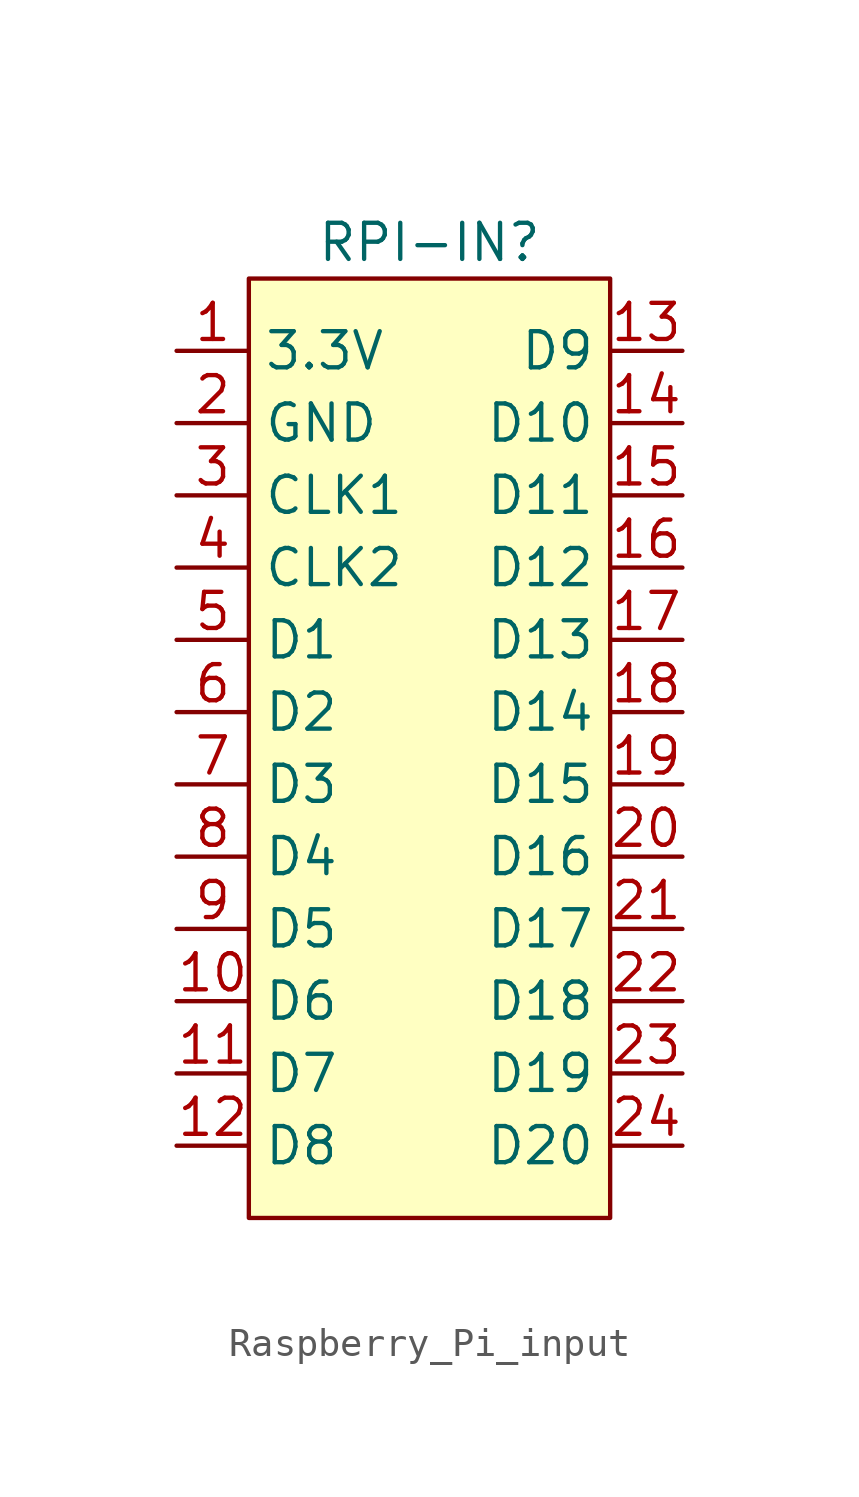
<source format=kicad_sym>
(kicad_symbol_lib
  (version 20231120)
  (generator "kicad_symbol_editor")
  (generator_version "8.0")
  (symbol "Raspberry_Pi_input"
    (property "Reference" "RPI-IN"
      (at 0 17.78 0)
      (effects (font (size 1.27 1.27))))
    (property "Value" ""
      (at -6.35 17.78 0)
      (effects (font (size 1.27 1.27))))
    (symbol "Raspberry_Pi_input_1_1"
      (rectangle (start -6.35 16.51) (end 6.35 -16.51) (stroke (width 0) (type default)) (fill (type background)))
      (pin input line (at -8.89 13.97 0) (length 2.54) (name "3.3V" (effects (font (size 1.27 1.27)))) (number "1" (effects (font (size 1.27 1.27)))))
      (pin input line (at -8.89 -8.89 0) (length 2.54) (name "D6" (effects (font (size 1.27 1.27)))) (number "10" (effects (font (size 1.27 1.27)))))
      (pin input line (at -8.89 -11.43 0) (length 2.54) (name "D7" (effects (font (size 1.27 1.27)))) (number "11" (effects (font (size 1.27 1.27)))))
      (pin input line (at -8.89 -13.97 0) (length 2.54) (name "D8" (effects (font (size 1.27 1.27)))) (number "12" (effects (font (size 1.27 1.27)))))
      (pin input line (at 8.89 13.97 180) (length 2.54) (name "D9" (effects (font (size 1.27 1.27)))) (number "13" (effects (font (size 1.27 1.27)))))
      (pin input line (at 8.89 11.43 180) (length 2.54) (name "D10" (effects (font (size 1.27 1.27)))) (number "14" (effects (font (size 1.27 1.27)))))
      (pin input line (at 8.89 8.89 180) (length 2.54) (name "D11" (effects (font (size 1.27 1.27)))) (number "15" (effects (font (size 1.27 1.27)))))
      (pin input line (at 8.89 6.35 180) (length 2.54) (name "D12" (effects (font (size 1.27 1.27)))) (number "16" (effects (font (size 1.27 1.27)))))
      (pin input line (at 8.89 3.81 180) (length 2.54) (name "D13" (effects (font (size 1.27 1.27)))) (number "17" (effects (font (size 1.27 1.27)))))
      (pin input line (at 8.89 1.27 180) (length 2.54) (name "D14" (effects (font (size 1.27 1.27)))) (number "18" (effects (font (size 1.27 1.27)))))
      (pin input line (at 8.89 -1.27 180) (length 2.54) (name "D15" (effects (font (size 1.27 1.27)))) (number "19" (effects (font (size 1.27 1.27)))))
      (pin input line (at -8.89 11.43 0) (length 2.54) (name "GND" (effects (font (size 1.27 1.27)))) (number "2" (effects (font (size 1.27 1.27)))))
      (pin input line (at 8.89 -3.81 180) (length 2.54) (name "D16" (effects (font (size 1.27 1.27)))) (number "20" (effects (font (size 1.27 1.27)))))
      (pin input line (at 8.89 -6.35 180) (length 2.54) (name "D17" (effects (font (size 1.27 1.27)))) (number "21" (effects (font (size 1.27 1.27)))))
      (pin input line (at 8.89 -8.89 180) (length 2.54) (name "D18" (effects (font (size 1.27 1.27)))) (number "22" (effects (font (size 1.27 1.27)))))
      (pin input line (at 8.89 -11.43 180) (length 2.54) (name "D19" (effects (font (size 1.27 1.27)))) (number "23" (effects (font (size 1.27 1.27)))))
      (pin input line (at 8.89 -13.97 180) (length 2.54) (name "D20" (effects (font (size 1.27 1.27)))) (number "24" (effects (font (size 1.27 1.27)))))
      (pin input line (at -8.89 8.89 0) (length 2.54) (name "CLK1" (effects (font (size 1.27 1.27)))) (number "3" (effects (font (size 1.27 1.27)))))
      (pin input line (at -8.89 6.35 0) (length 2.54) (name "CLK2" (effects (font (size 1.27 1.27)))) (number "4" (effects (font (size 1.27 1.27)))))
      (pin input line (at -8.89 3.81 0) (length 2.54) (name "D1" (effects (font (size 1.27 1.27)))) (number "5" (effects (font (size 1.27 1.27)))))
      (pin input line (at -8.89 1.27 0) (length 2.54) (name "D2" (effects (font (size 1.27 1.27)))) (number "6" (effects (font (size 1.27 1.27)))))
      (pin input line (at -8.89 -1.27 0) (length 2.54) (name "D3" (effects (font (size 1.27 1.27)))) (number "7" (effects (font (size 1.27 1.27)))))
      (pin input line (at -8.89 -3.81 0) (length 2.54) (name "D4" (effects (font (size 1.27 1.27)))) (number "8" (effects (font (size 1.27 1.27)))))
      (pin input line (at -8.89 -6.35 0) (length 2.54) (name "D5" (effects (font (size 1.27 1.27)))) (number "9" (effects (font (size 1.27 1.27))))))))
</source>
